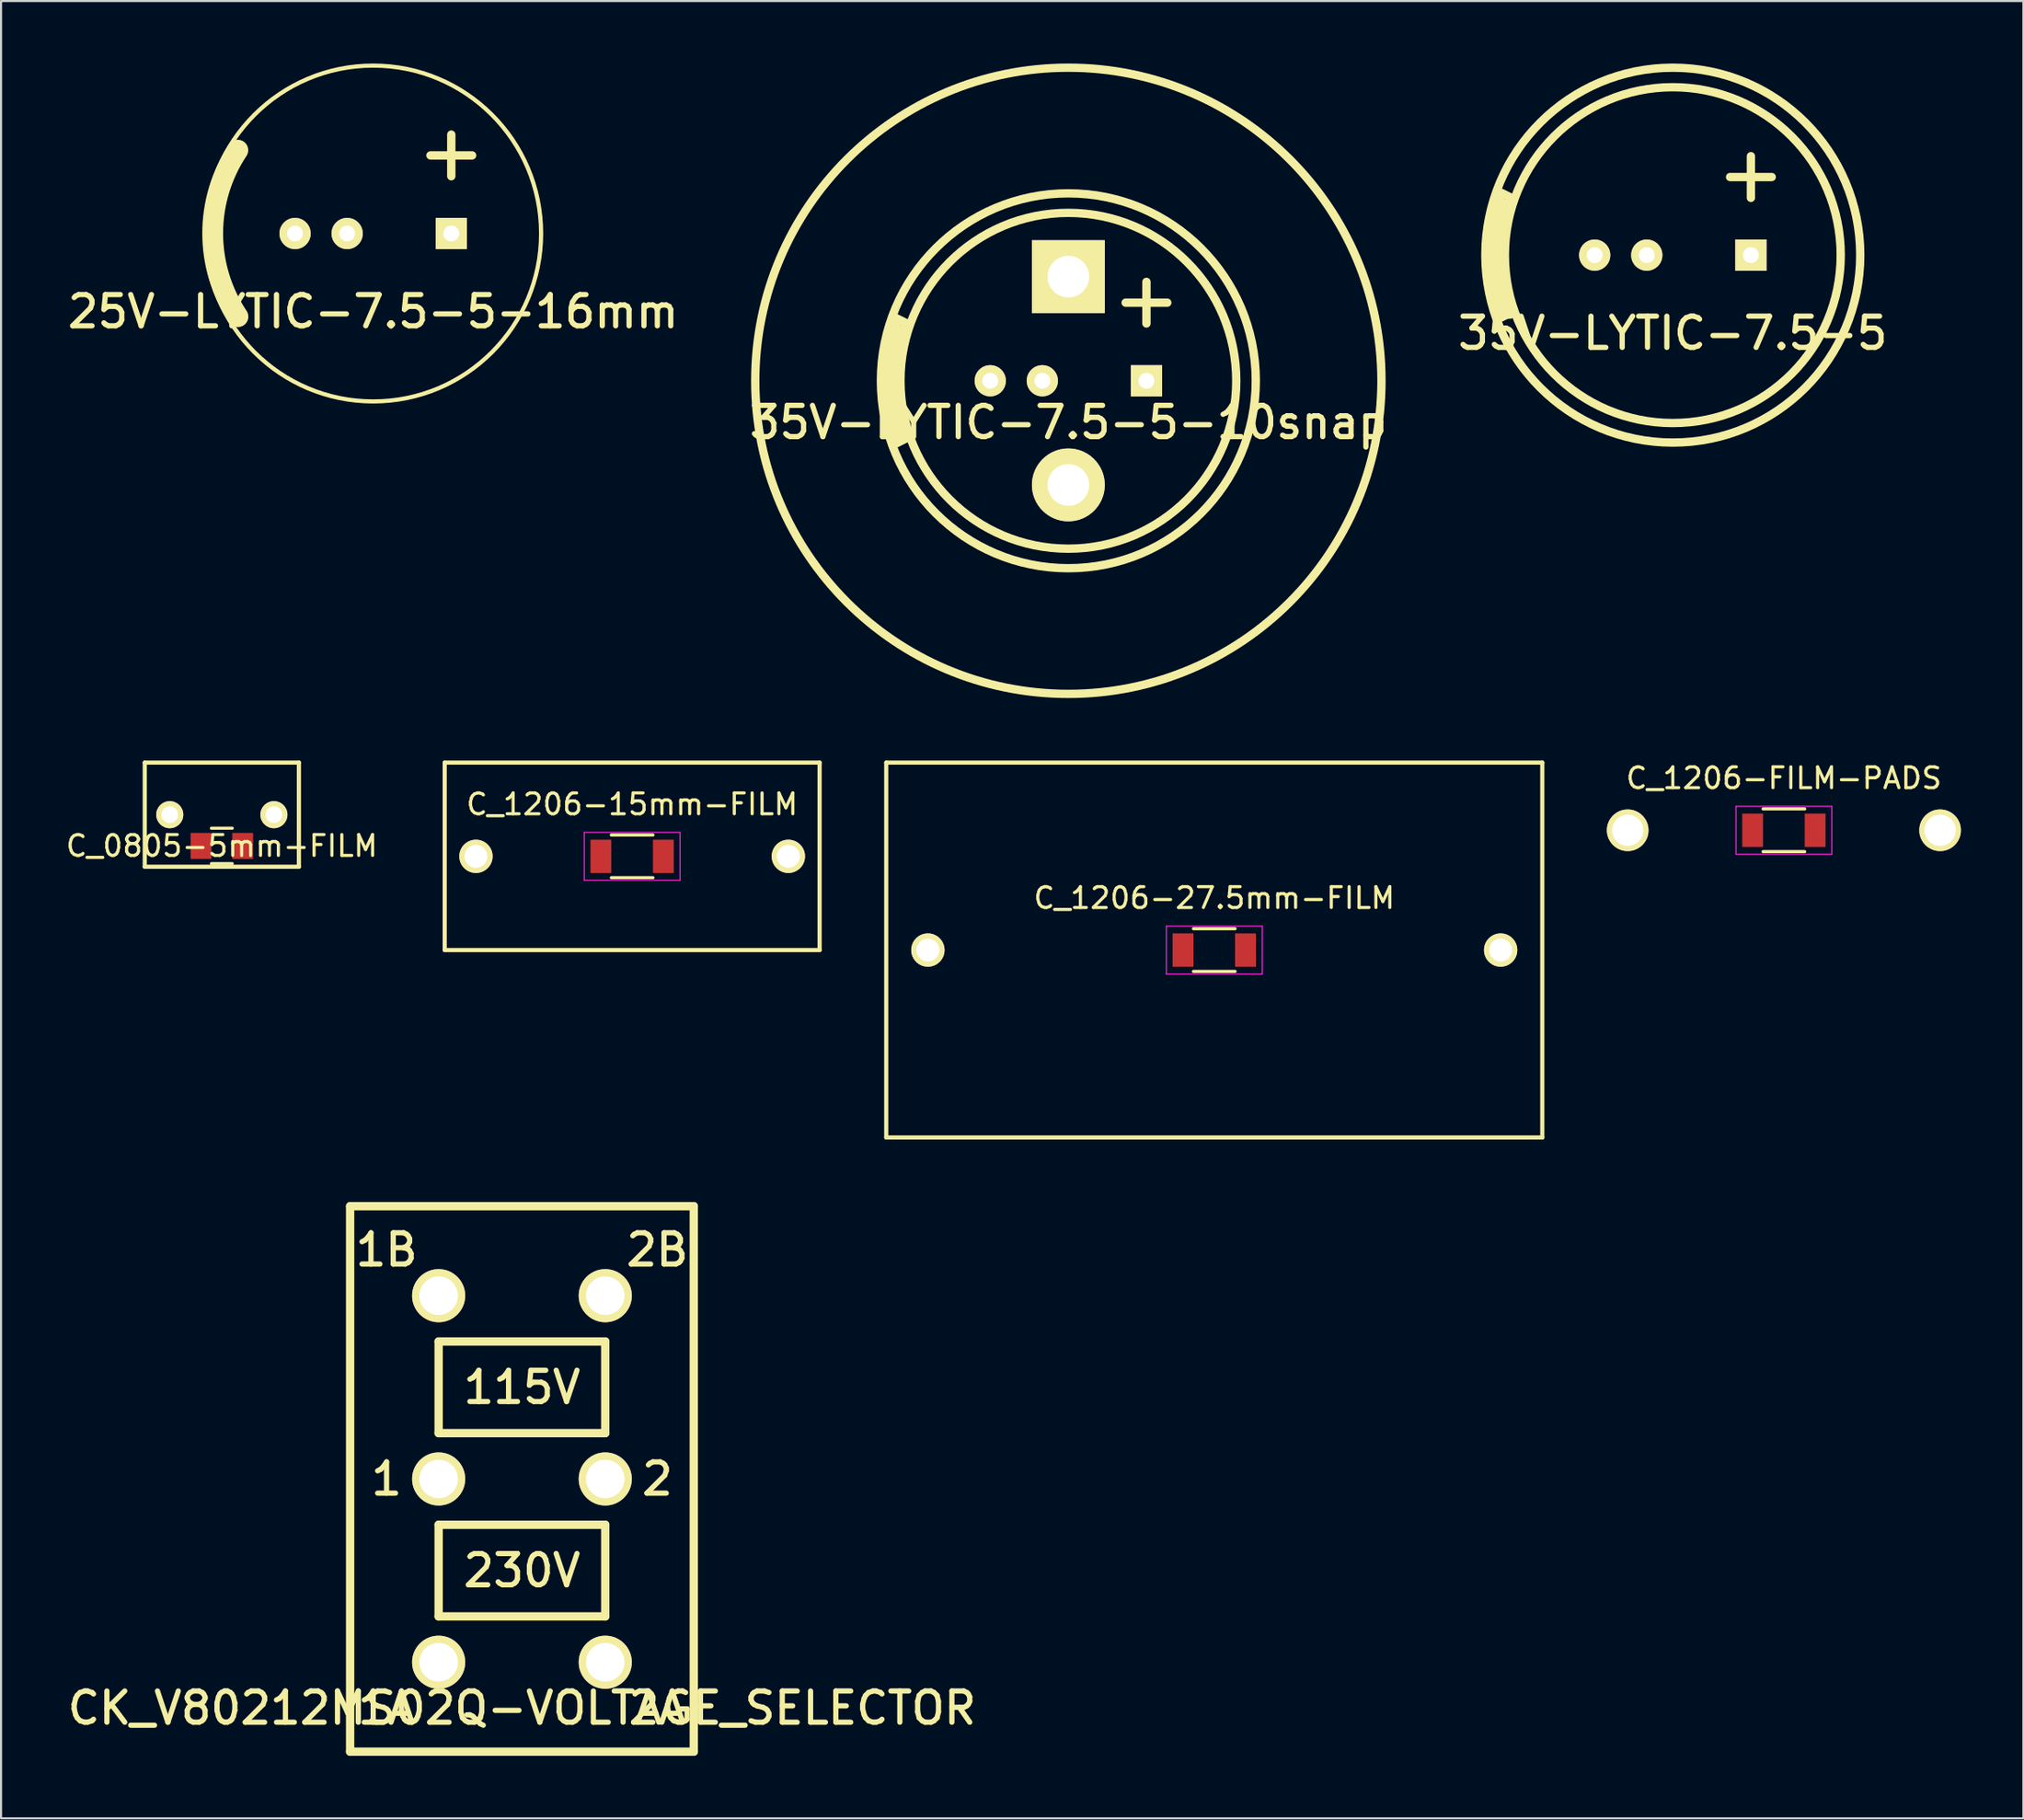
<source format=kicad_pcb>
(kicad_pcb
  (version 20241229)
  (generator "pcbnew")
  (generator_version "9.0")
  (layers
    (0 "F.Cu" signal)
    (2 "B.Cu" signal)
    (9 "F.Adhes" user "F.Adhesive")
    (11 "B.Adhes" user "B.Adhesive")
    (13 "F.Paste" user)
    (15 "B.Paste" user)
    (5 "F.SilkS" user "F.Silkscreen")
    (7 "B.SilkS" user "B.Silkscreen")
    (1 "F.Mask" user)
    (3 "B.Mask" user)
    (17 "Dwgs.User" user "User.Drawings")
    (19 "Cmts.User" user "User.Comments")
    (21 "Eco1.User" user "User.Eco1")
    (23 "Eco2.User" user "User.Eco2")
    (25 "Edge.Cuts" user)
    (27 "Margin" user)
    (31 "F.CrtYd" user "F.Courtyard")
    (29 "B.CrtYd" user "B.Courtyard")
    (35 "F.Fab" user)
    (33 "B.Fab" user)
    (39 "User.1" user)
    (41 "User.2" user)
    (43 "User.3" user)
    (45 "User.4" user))
  (footprint "C_1206-15mm-FILM"
    (layer "F.Cu")
    (at 27.302 38.067)
    (property "Reference" "C_1206-15mm-FILM" (at 0 -2.5 0) (layer "F.SilkS") (effects (font (size 1 1) (thickness 0.15))))
    (attr smd)
    (fp_line (start -9 -4.5) (end 9 -4.5) (stroke (width 0.2) (type solid)) (layer "F.SilkS"))
    (fp_line (start -9 4.5) (end -9 -4.5) (stroke (width 0.2) (type solid)) (layer "F.SilkS"))
    (fp_line (start -1 1.025) (end 1 1.025) (stroke (width 0.15) (type solid)) (layer "F.SilkS"))
    (fp_line (start 1 -1.025) (end -1 -1.025) (stroke (width 0.15) (type solid)) (layer "F.SilkS"))
    (fp_line (start 9 -4.5) (end 9 4.5) (stroke (width 0.2) (type solid)) (layer "F.SilkS"))
    (fp_line (start 9 4.5) (end -9 4.5) (stroke (width 0.2) (type solid)) (layer "F.SilkS"))
    (fp_line (start -2.3 -1.15) (end -2.3 1.15) (stroke (width 0.05) (type solid)) (layer "F.CrtYd"))
    (fp_line (start -2.3 -1.15) (end 2.3 -1.15) (stroke (width 0.05) (type solid)) (layer "F.CrtYd"))
    (fp_line (start -2.3 1.15) (end 2.3 1.15) (stroke (width 0.05) (type solid)) (layer "F.CrtYd"))
    (fp_line (start 2.3 -1.15) (end 2.3 1.15) (stroke (width 0.05) (type solid)) (layer "F.CrtYd"))
    (pad "1" thru_hole circle (at -7.5 0) (size 1.6 1.6) (drill 1.1) (layers "*.Cu" "*.Mask" "F.SilkS"))
    (pad "1" smd rect (at -1.5 0) (size 1 1.6) (layers "F.Cu" "F.Mask" "F.Paste"))
    (pad "2" smd rect (at 1.5 0) (size 1 1.6) (layers "F.Cu" "F.Mask" "F.Paste"))
    (pad "2" thru_hole circle (at 7.5 0) (size 1.6 1.6) (drill 1.1) (layers "*.Cu" "*.Mask" "F.SilkS")))
  (footprint "CK_V80212MS02Q-VOLTAGE_SELECTOR"
    (layer "F.Cu")
    (at 22.011 67.962)
    (property "Reference" "CK_V80212MS02Q-VOLTAGE_SELECTOR" (at 0 11 0) (layer "F.SilkS") (effects (font (size 1.5 1.5) (thickness 0.25))))
    (attr through_hole)
    (fp_line (start -8.25 -13.095) (end 8.25 -13.095) (stroke (width 0.4) (type solid)) (layer "F.SilkS"))
    (fp_line (start -8.25 13.095) (end -8.25 -13.095) (stroke (width 0.4) (type solid)) (layer "F.SilkS"))
    (fp_line (start -4 -6.6) (end -4 -2.2) (stroke (width 0.4) (type solid)) (layer "F.SilkS"))
    (fp_line (start -4 -2.2) (end 4 -2.2) (stroke (width 0.4) (type solid)) (layer "F.SilkS"))
    (fp_line (start -4 2.2) (end 4 2.2) (stroke (width 0.4) (type solid)) (layer "F.SilkS"))
    (fp_line (start -4 6.6) (end -4 2.2) (stroke (width 0.4) (type solid)) (layer "F.SilkS"))
    (fp_line (start 4 -6.6) (end -4 -6.6) (stroke (width 0.4) (type solid)) (layer "F.SilkS"))
    (fp_line (start 4 -2.2) (end 4 -6.6) (stroke (width 0.4) (type solid)) (layer "F.SilkS"))
    (fp_line (start 4 2.2) (end 4 6.6) (stroke (width 0.4) (type solid)) (layer "F.SilkS"))
    (fp_line (start 4 6.6) (end -4 6.6) (stroke (width 0.4) (type solid)) (layer "F.SilkS"))
    (fp_line (start 8.25 -13.095) (end 8.25 13.095) (stroke (width 0.4) (type solid)) (layer "F.SilkS"))
    (fp_line (start 8.25 13.095) (end -8.25 13.095) (stroke (width 0.4) (type solid)) (layer "F.SilkS"))
    (fp_text user "2B" (at 6.5 -11 0) (layer "F.SilkS") (effects (font (size 1.5 1.5) (thickness 0.25))))
    (fp_text user "1" (at -6.5 0 0) (layer "F.SilkS") (effects (font (size 1.5 1.5) (thickness 0.25))))
    (fp_text user "115V" (at 0 -4.4 0) (layer "F.SilkS") (effects (font (size 1.5 1.5) (thickness 0.25))))
    (fp_text user "2" (at 6.5 0 0) (layer "F.SilkS") (effects (font (size 1.5 1.5) (thickness 0.25))))
    (fp_text user "230V" (at 0 4.4 0) (layer "F.SilkS") (effects (font (size 1.5 1.5) (thickness 0.25))))
    (fp_text user "1B" (at -6.5 -11 0) (layer "F.SilkS") (effects (font (size 1.5 1.5) (thickness 0.25))))
    (fp_text user "2A" (at 6.5 11 0) (layer "F.SilkS") (effects (font (size 1.5 1.5) (thickness 0.25))))
    (fp_text user "1A" (at -6.5 11 0) (layer "F.SilkS") (effects (font (size 1.5 1.5) (thickness 0.25))))
    (pad "1" thru_hole circle (at 4 -8.8) (size 2.55 2.55) (drill 1.85) (layers "*.Cu" "*.Mask" "F.SilkS"))
    (pad "2" thru_hole circle (at 4 0) (size 2.55 2.55) (drill 1.85) (layers "*.Cu" "*.Mask" "F.SilkS"))
    (pad "3" thru_hole circle (at 4 8.8) (size 2.55 2.55) (drill 1.85) (layers "*.Cu" "*.Mask" "F.SilkS"))
    (pad "4" thru_hole circle (at -4 8.8) (size 2.55 2.55) (drill 1.85) (layers "*.Cu" "*.Mask" "F.SilkS"))
    (pad "5" thru_hole circle (at -4 0) (size 2.55 2.55) (drill 1.85) (layers "*.Cu" "*.Mask" "F.SilkS"))
    (pad "6" thru_hole circle (at -4 -8.8) (size 2.55 2.55) (drill 1.85) (layers "*.Cu" "*.Mask" "F.SilkS")))
  (footprint "C_1206-FILM-PADS"
    (layer "F.Cu")
    (at 82.602 36.815)
    (property "Reference" "C_1206-FILM-PADS" (at 0 -2.5 0) (layer "F.SilkS") (effects (font (size 1 1) (thickness 0.15))))
    (attr smd)
    (fp_line (start -1 1.025) (end 1 1.025) (stroke (width 0.15) (type solid)) (layer "F.SilkS"))
    (fp_line (start 1 -1.025) (end -1 -1.025) (stroke (width 0.15) (type solid)) (layer "F.SilkS"))
    (fp_line (start -2.3 -1.15) (end -2.3 1.15) (stroke (width 0.05) (type solid)) (layer "F.CrtYd"))
    (fp_line (start -2.3 -1.15) (end 2.3 -1.15) (stroke (width 0.05) (type solid)) (layer "F.CrtYd"))
    (fp_line (start -2.3 1.15) (end 2.3 1.15) (stroke (width 0.05) (type solid)) (layer "F.CrtYd"))
    (fp_line (start 2.3 -1.15) (end 2.3 1.15) (stroke (width 0.05) (type solid)) (layer "F.CrtYd"))
    (pad "1" thru_hole circle (at -7.5 0) (size 2 2) (drill 1.5) (layers "*.Cu" "*.Mask" "F.SilkS"))
    (pad "1" smd rect (at -1.5 0) (size 1 1.6) (layers "F.Cu" "F.Mask" "F.Paste"))
    (pad "2" smd rect (at 1.5 0) (size 1 1.6) (layers "F.Cu" "F.Mask" "F.Paste"))
    (pad "2" thru_hole circle (at 7.5 0) (size 2 2) (drill 1.5) (layers "*.Cu" "*.Mask" "F.SilkS")))
  (footprint "35V-LYTIC-7.5-5"
    (layer "F.Cu")
    (at 77.268 9.2)
    (property "Reference" "35V-LYTIC-7.5-5" (at 0 3.75 0) (layer "F.SilkS") (effects (font (size 1.5 1.5) (thickness 0.25))))
    (attr through_hole)
    (fp_line (start -7.75 -2.75) (end -8.25 -3) (stroke (width 0.4) (type solid)) (layer "F.SilkS"))
    (fp_line (start -7.75 2.75) (end -8.25 3) (stroke (width 0.4) (type solid)) (layer "F.SilkS"))
    (fp_line (start 2.75 -3.75) (end 4.75 -3.75) (stroke (width 0.4) (type solid)) (layer "F.SilkS"))
    (fp_line (start 3.75 -4.75) (end 3.75 -2.75) (stroke (width 0.4) (type solid)) (layer "F.SilkS"))
    (fp_arc (start -8.25 2.75) (mid -8.696178 0.038478) (end -8.274012 -2.676886) (stroke (width 0.4) (type solid)) (layer "F.SilkS"))
    (fp_arc (start -8 2.5) (mid -8.381527 0) (end -8 -2.5) (stroke (width 0.4) (type solid)) (layer "F.SilkS"))
    (fp_circle (center 0 0) (end -7 -4) (stroke (width 0.4) (type solid)) (fill no) (layer "F.SilkS"))
    (fp_circle (center 0 0) (end 0 -9) (stroke (width 0.4) (type solid)) (fill no) (layer "F.SilkS"))
    (pad "1" thru_hole rect (at 3.75 0) (size 1.5 1.5) (drill 0.762) (layers "*.Cu" "*.Mask" "F.SilkS"))
    (pad "2" thru_hole circle (at -3.75 0) (size 1.5 1.5) (drill 0.762) (layers "*.Cu" "*.Mask" "F.SilkS"))
    (pad "2" thru_hole circle (at -1.25 0) (size 1.5 1.5) (drill 0.762) (layers "*.Cu" "*.Mask" "F.SilkS")))
  (footprint "35V-LYTIC-7.5-5-10snap"
    (layer "F.Cu")
    (at 48.246 15.233)
    (property "Reference" "35V-LYTIC-7.5-5-10snap" (at 0 2 0) (layer "F.SilkS") (effects (font (size 1.5 1.5) (thickness 0.25))))
    (attr through_hole)
    (fp_line (start -7.75 -2.75) (end -8.25 -3) (stroke (width 0.4) (type solid)) (layer "F.SilkS"))
    (fp_line (start -7.75 2.75) (end -8.25 3) (stroke (width 0.4) (type solid)) (layer "F.SilkS"))
    (fp_line (start 2.75 -3.75) (end 4.75 -3.75) (stroke (width 0.4) (type solid)) (layer "F.SilkS"))
    (fp_line (start 3.75 -4.75) (end 3.75 -2.75) (stroke (width 0.4) (type solid)) (layer "F.SilkS"))
    (fp_arc (start -8.25 2.75) (mid -8.696178 0.038478) (end -8.274012 -2.676886) (stroke (width 0.4) (type solid)) (layer "F.SilkS"))
    (fp_arc (start -8 2.5) (mid -8.381527 0) (end -8 -2.5) (stroke (width 0.4) (type solid)) (layer "F.SilkS"))
    (fp_circle (center 0 0) (end -7 -4) (stroke (width 0.4) (type solid)) (fill no) (layer "F.SilkS"))
    (fp_circle (center 0 0) (end 0 -9) (stroke (width 0.4) (type solid)) (fill no) (layer "F.SilkS"))
    (fp_circle (center 0 0) (end 15 1) (stroke (width 0.4) (type solid)) (fill no) (layer "F.SilkS"))
    (pad "1" thru_hole rect (at 0 -5) (size 3.5 3.5) (drill 2) (layers "*.Cu" "*.Mask" "F.SilkS"))
    (pad "1" thru_hole rect (at 3.75 0) (size 1.5 1.5) (drill 0.762) (layers "*.Cu" "*.Mask" "F.SilkS"))
    (pad "2" thru_hole circle (at -3.75 0) (size 1.5 1.5) (drill 0.762) (layers "*.Cu" "*.Mask" "F.SilkS"))
    (pad "2" thru_hole circle (at -1.25 0) (size 1.5 1.5) (drill 0.762) (layers "*.Cu" "*.Mask" "F.SilkS"))
    (pad "2" thru_hole circle (at 0 5) (size 3.5 3.5) (drill 2) (layers "*.Cu" "*.Mask" "F.SilkS")))
  (footprint "25V-LYTIC-7.5-5-16mm"
    (layer "F.Cu")
    (at 14.868 8.162)
    (property "Reference" "25V-LYTIC-7.5-5-16mm" (at 0 3.75 0) (layer "F.SilkS") (effects (font (size 1.5 1.5) (thickness 0.25))))
    (attr through_hole)
    (fp_line (start 2.75 -3.75) (end 4.75 -3.75) (stroke (width 0.4) (type solid)) (layer "F.SilkS"))
    (fp_line (start 3.75 -4.75) (end 3.75 -2.75) (stroke (width 0.4) (type solid)) (layer "F.SilkS"))
    (fp_arc (start -6.494411 3.991604) (mid -7.705512 -0.003353) (end -6.5 -4) (stroke (width 1) (type solid)) (layer "F.SilkS"))
    (fp_circle (center 0 0) (end -7 -4) (stroke (width 0.2) (type solid)) (fill no) (layer "F.SilkS"))
    (pad "1" thru_hole rect (at 3.75 0) (size 1.5 1.5) (drill 0.762) (layers "*.Cu" "*.Mask" "F.SilkS"))
    (pad "2" thru_hole circle (at -3.75 0) (size 1.5 1.5) (drill 0.762) (layers "*.Cu" "*.Mask" "F.SilkS"))
    (pad "2" thru_hole circle (at -1.25 0) (size 1.5 1.5) (drill 0.762) (layers "*.Cu" "*.Mask" "F.SilkS")))
  (footprint "C_1206-27.5mm-FILM"
    (layer "F.Cu")
    (at 55.252 42.567)
    (property "Reference" "C_1206-27.5mm-FILM" (at 0 -2.5 0) (layer "F.SilkS") (effects (font (size 1 1) (thickness 0.15))))
    (attr smd)
    (fp_line (start -15.75 -9) (end -15.75 9) (stroke (width 0.2) (type solid)) (layer "F.SilkS"))
    (fp_line (start -15.75 -9) (end 15.75 -9) (stroke (width 0.2) (type solid)) (layer "F.SilkS"))
    (fp_line (start -1 1.025) (end 1 1.025) (stroke (width 0.15) (type solid)) (layer "F.SilkS"))
    (fp_line (start 1 -1.025) (end -1 -1.025) (stroke (width 0.15) (type solid)) (layer "F.SilkS"))
    (fp_line (start 15.75 -9) (end 15.75 9) (stroke (width 0.2) (type solid)) (layer "F.SilkS"))
    (fp_line (start 15.75 9) (end -15.75 9) (stroke (width 0.2) (type solid)) (layer "F.SilkS"))
    (fp_line (start -2.3 -1.15) (end -2.3 1.15) (stroke (width 0.05) (type solid)) (layer "F.CrtYd"))
    (fp_line (start -2.3 -1.15) (end 2.3 -1.15) (stroke (width 0.05) (type solid)) (layer "F.CrtYd"))
    (fp_line (start -2.3 1.15) (end 2.3 1.15) (stroke (width 0.05) (type solid)) (layer "F.CrtYd"))
    (fp_line (start 2.3 -1.15) (end 2.3 1.15) (stroke (width 0.05) (type solid)) (layer "F.CrtYd"))
    (pad "1" thru_hole circle (at -13.75 0) (size 1.6 1.6) (drill 1.1) (layers "*.Cu" "*.Mask" "F.SilkS"))
    (pad "1" smd rect (at -1.5 0) (size 1 1.6) (layers "F.Cu" "F.Mask" "F.Paste"))
    (pad "2" smd rect (at 1.5 0) (size 1 1.6) (layers "F.Cu" "F.Mask" "F.Paste"))
    (pad "2" thru_hole circle (at 13.75 0) (size 1.6 1.6) (drill 1.1) (layers "*.Cu" "*.Mask" "F.SilkS")))
  (footprint "C_0805-5mm-FILM"
    (layer "F.Cu")
    (at 7.601 36.067)
    (property "Reference" "C_0805-5mm-FILM" (at 0 1.5 0) (layer "F.SilkS") (effects (font (size 1 1) (thickness 0.15))))
    (attr smd)
    (fp_line (start -3.7 -2.5) (end 3.7 -2.5) (stroke (width 0.2) (type solid)) (layer "F.SilkS"))
    (fp_line (start -3.7 2.5) (end -3.7 -2.5) (stroke (width 0.2) (type solid)) (layer "F.SilkS"))
    (fp_line (start -0.5 2.35) (end 0.5 2.35) (stroke (width 0.15) (type solid)) (layer "F.SilkS"))
    (fp_line (start 0.5 0.65) (end -0.5 0.65) (stroke (width 0.15) (type solid)) (layer "F.SilkS"))
    (fp_line (start 3.7 -2.5) (end 3.7 2.5) (stroke (width 0.2) (type solid)) (layer "F.SilkS"))
    (fp_line (start 3.7 2.5) (end -3.7 2.5) (stroke (width 0.2) (type solid)) (layer "F.SilkS"))
    (pad "1" thru_hole circle (at -2.5 0) (size 1.3 1.3) (drill 0.8) (layers "*.Cu" "*.Mask" "F.SilkS"))
    (pad "1" smd rect (at -1 1.5) (size 1 1.25) (layers "F.Cu" "F.Mask" "F.Paste"))
    (pad "2" smd rect (at 1 1.5) (size 1 1.25) (layers "F.Cu" "F.Mask" "F.Paste"))
    (pad "2" thru_hole circle (at 2.5 0) (size 1.3 1.3) (drill 0.8) (layers "*.Cu" "*.Mask" "F.SilkS")))
  (gr_rect
    (start -3 -3)
    (end 94.102 84.257)
    (stroke (width 0.1) (type default))
    (fill no)
    (layer "Edge.Cuts")))
</source>
